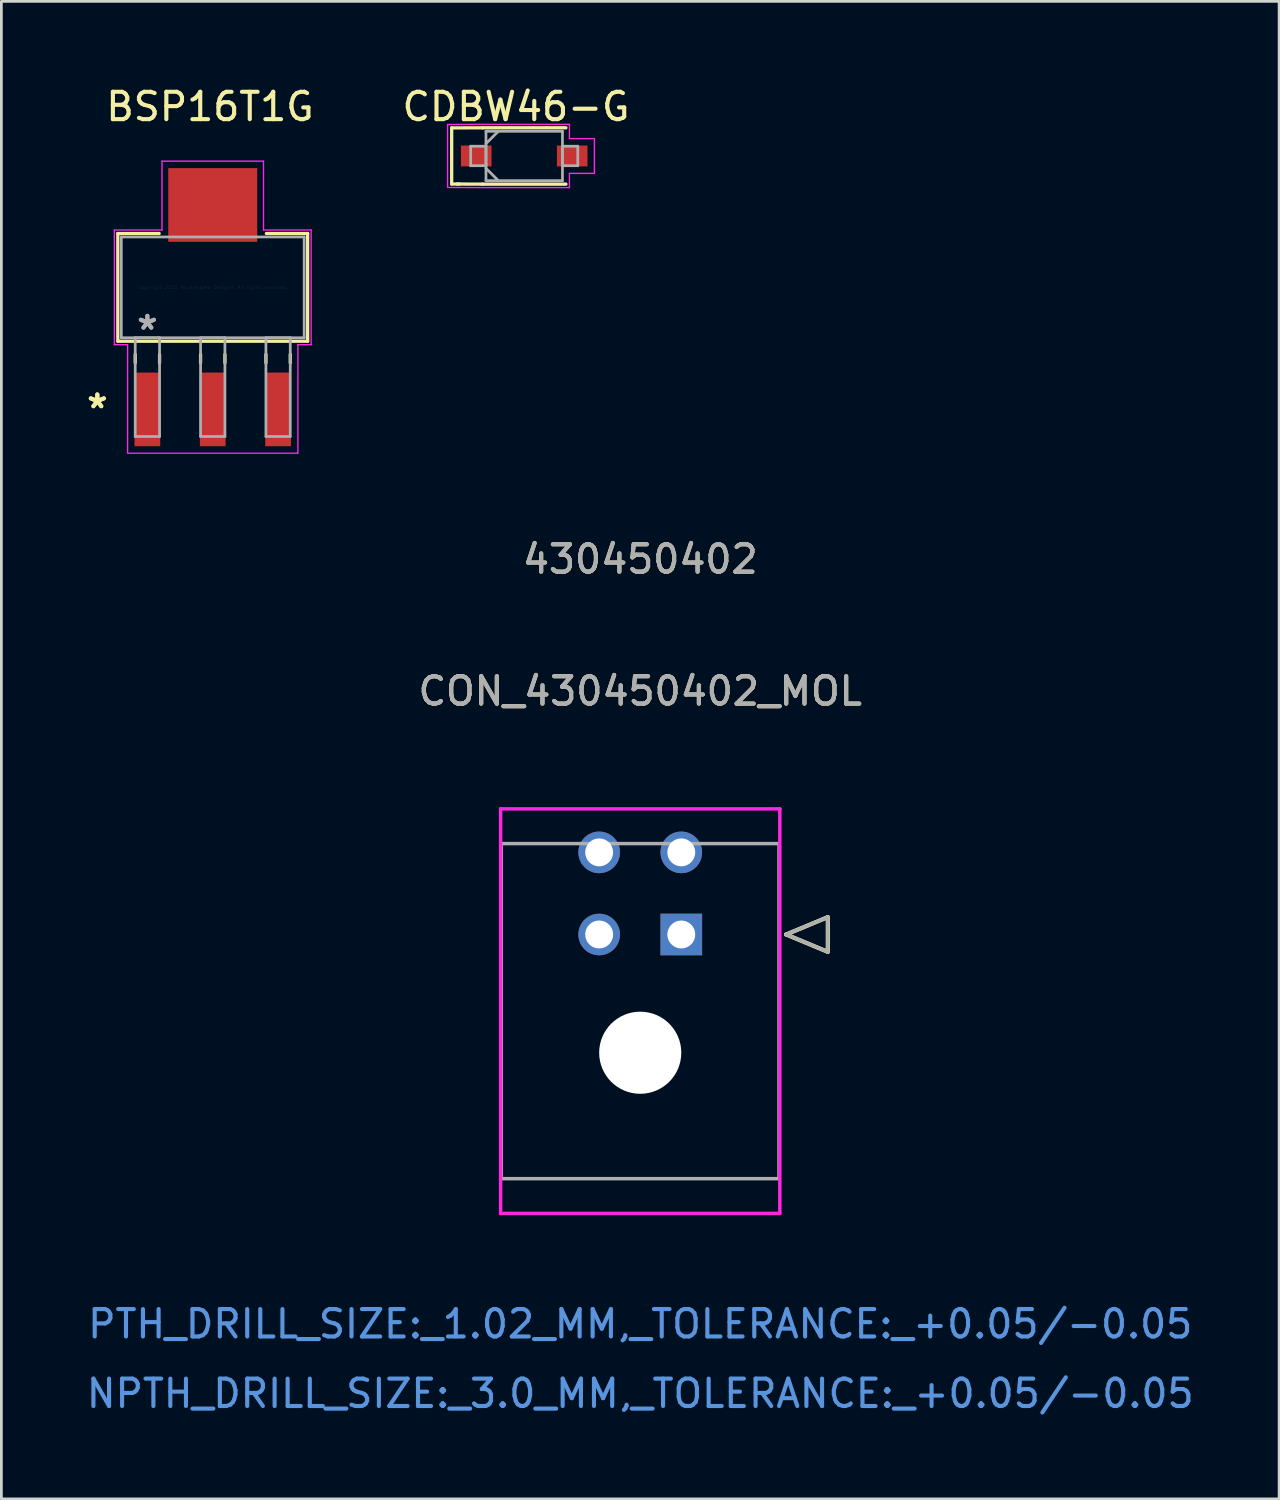
<source format=kicad_pcb>
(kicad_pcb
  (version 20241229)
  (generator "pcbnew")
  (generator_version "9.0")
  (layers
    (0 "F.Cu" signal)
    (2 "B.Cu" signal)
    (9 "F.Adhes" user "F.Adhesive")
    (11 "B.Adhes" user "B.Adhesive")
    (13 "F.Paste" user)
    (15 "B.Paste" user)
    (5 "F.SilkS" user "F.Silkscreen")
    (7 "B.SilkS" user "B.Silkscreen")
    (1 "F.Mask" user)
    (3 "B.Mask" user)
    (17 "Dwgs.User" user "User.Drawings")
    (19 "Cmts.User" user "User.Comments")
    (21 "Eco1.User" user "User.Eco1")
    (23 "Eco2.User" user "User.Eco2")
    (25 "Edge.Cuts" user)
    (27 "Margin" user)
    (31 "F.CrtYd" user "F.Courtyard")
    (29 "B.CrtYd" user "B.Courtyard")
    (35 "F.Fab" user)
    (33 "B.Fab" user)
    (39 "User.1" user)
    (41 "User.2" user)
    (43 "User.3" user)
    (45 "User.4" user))
  (footprint "CON_430450402_MOL"
    (layer "F.Cu")
    (at 21.839 31.089)
    (property "Reference" "CON_430450402_MOL" (at -1.5 -8.89 0) (unlocked yes) (layer "F.SilkS") (effects (font (size 1 1) (thickness 0.15))))
    (attr through_hole)
    (fp_line (start -6.575 -3.32) (end -6.575 8.92) (stroke (width 0.1) (type solid)) (layer "F.SilkS"))
    (fp_line (start -6.575 8.92) (end 3.575 8.92) (stroke (width 0.1) (type solid)) (layer "F.SilkS"))
    (fp_line (start -4.032 -3.32) (end -6.575 -3.32) (stroke (width 0.1) (type solid)) (layer "F.SilkS"))
    (fp_line (start -1.032 -3.32) (end -1.968 -3.32) (stroke (width 0.1) (type solid)) (layer "F.SilkS"))
    (fp_line (start 3.575 -3.32) (end 1.032 -3.32) (stroke (width 0.1) (type solid)) (layer "F.SilkS"))
    (fp_line (start 3.575 8.92) (end 3.575 -3.32) (stroke (width 0.1) (type solid)) (layer "F.SilkS"))
    (fp_line (start 3.829 0) (end 5.353 -0.635) (stroke (width 0.152) (type solid)) (layer "F.SilkS"))
    (fp_line (start 5.353 -0.635) (end 5.353 0.635) (stroke (width 0.152) (type solid)) (layer "F.SilkS"))
    (fp_line (start 5.353 0.635) (end 3.829 0) (stroke (width 0.152) (type solid)) (layer "F.SilkS"))
    (fp_line (start -6.6 -4.59) (end -6.6 10.19) (stroke (width 0.127) (type solid)) (layer "F.CrtYd"))
    (fp_line (start -6.6 10.19) (end 3.6 10.19) (stroke (width 0.127) (type solid)) (layer "F.CrtYd"))
    (fp_line (start 3.6 -4.59) (end -6.6 -4.59) (stroke (width 0.127) (type solid)) (layer "F.CrtYd"))
    (fp_line (start 3.6 10.19) (end 3.6 -4.59) (stroke (width 0.127) (type solid)) (layer "F.CrtYd"))
    (fp_line (start -6.575 -3.32) (end -6.575 8.92) (stroke (width 0.127) (type solid)) (layer "F.Fab"))
    (fp_line (start -6.575 8.92) (end 3.575 8.92) (stroke (width 0.127) (type solid)) (layer "F.Fab"))
    (fp_line (start 3.575 -3.32) (end -6.575 -3.32) (stroke (width 0.127) (type solid)) (layer "F.Fab"))
    (fp_line (start 3.575 8.92) (end 3.575 -3.32) (stroke (width 0.127) (type solid)) (layer "F.Fab"))
    (fp_line (start 3.829 0) (end 5.353 -0.635) (stroke (width 0.127) (type solid)) (layer "F.Fab"))
    (fp_line (start 5.353 -0.635) (end 5.353 0.635) (stroke (width 0.127) (type solid)) (layer "F.Fab"))
    (fp_line (start 5.353 0.635) (end 3.829 0) (stroke (width 0.127) (type solid)) (layer "F.Fab"))
    (fp_text user "430450402" (at -1.5 -13.71 0) (unlocked yes) (layer "F.SilkS") (effects (font (size 1 1) (thickness 0.15))))
    (fp_text user "PTH_DRILL_SIZE:_1.02_MM,_TOLERANCE:_+0.05/-0.05" (at -1.5 14.23 0) (unlocked yes) (layer "Cmts.User") (effects (font (size 1 1) (thickness 0.15))))
    (fp_text user "NPTH_DRILL_SIZE:_3.0_MM,_TOLERANCE:_+0.05/-0.05" (at -1.5 16.77 0) (unlocked yes) (layer "Cmts.User") (effects (font (size 1 1) (thickness 0.15))))
    (fp_text user "430450402" (at -1.5 -13.71 0) (unlocked yes) (layer "F.Fab") (effects (font (size 1 1) (thickness 0.15))))
    (fp_text user "${REFERENCE}" (at -1.5 -8.89 0) (unlocked yes) (layer "F.Fab") (effects (font (size 1 1) (thickness 0.15))))
    (pad "" np_thru_hole circle (at -1.5 4.32) (size 3 3) (drill 3) (layers "*.Cu" "*.Mask"))
    (pad "1" thru_hole rect (at 0 0) (size 1.52 1.52) (drill 1.02) (layers "*.Cu" "*.Mask"))
    (pad "2" thru_hole circle (at 0 -3) (size 1.52 1.52) (drill 1.02) (layers "*.Cu" "*.Mask"))
    (pad "3" thru_hole circle (at -3 -3) (size 1.52 1.52) (drill 1.02) (layers "*.Cu" "*.Mask"))
    (pad "4" thru_hole circle (at -3 0) (size 1.52 1.52) (drill 1.02) (layers "*.Cu" "*.Mask")))
  (footprint "CDBW46-G"
    (layer "F.Cu")
    (at 16.101 2.648)
    (property "Reference" "CDBW46-G" (at -0.3 -1.8 0) (layer "F.SilkS") (effects (font (size 1 1) (thickness 0.15))))
    (attr through_hole)
    (fp_line (start -2.65 -1.025) (end -2.65 1.025) (stroke (width 0.12) (type solid)) (layer "F.SilkS"))
    (fp_line (start -2.65 1.025) (end -2.375 1.025) (stroke (width 0.12) (type solid)) (layer "F.SilkS"))
    (fp_line (start -1.524 -1.029) (end -2.65 -1.025) (stroke (width 0.12) (type solid)) (layer "F.SilkS"))
    (fp_line (start -1.524 1.029) (end -2.45 1.025) (stroke (width 0.12) (type solid)) (layer "F.SilkS"))
    (fp_line (start -1.524 1.029) (end 1.524 1.029) (stroke (width 0.12) (type solid)) (layer "F.SilkS"))
    (fp_line (start 1.524 -1.029) (end -1.524 -1.029) (stroke (width 0.12) (type solid)) (layer "F.SilkS"))
    (fp_line (start -2.8 -1.15) (end -1.651 -1.156) (stroke (width 0.05) (type solid)) (layer "F.CrtYd"))
    (fp_line (start -2.8 -1.125) (end -2.8 -1.15) (stroke (width 0.05) (type solid)) (layer "F.CrtYd"))
    (fp_line (start -2.8 1.15) (end -2.8 -1.125) (stroke (width 0.05) (type solid)) (layer "F.CrtYd"))
    (fp_line (start -1.651 -1.156) (end 1.651 -1.156) (stroke (width 0.05) (type solid)) (layer "F.CrtYd"))
    (fp_line (start -1.651 1.156) (end -2.8 1.15) (stroke (width 0.05) (type solid)) (layer "F.CrtYd"))
    (fp_line (start 1.651 -1.156) (end 1.651 -0.635) (stroke (width 0.05) (type solid)) (layer "F.CrtYd"))
    (fp_line (start 1.651 -0.635) (end 2.565 -0.635) (stroke (width 0.05) (type solid)) (layer "F.CrtYd"))
    (fp_line (start 1.651 0.635) (end 1.651 1.156) (stroke (width 0.05) (type solid)) (layer "F.CrtYd"))
    (fp_line (start 1.651 1.156) (end -1.651 1.156) (stroke (width 0.05) (type solid)) (layer "F.CrtYd"))
    (fp_line (start 2.565 -0.635) (end 2.565 0.635) (stroke (width 0.05) (type solid)) (layer "F.CrtYd"))
    (fp_line (start 2.565 0.635) (end 1.651 0.635) (stroke (width 0.05) (type solid)) (layer "F.CrtYd"))
    (fp_line (start -1.956 -0.356) (end -1.956 0.356) (stroke (width 0.1) (type solid)) (layer "F.Fab"))
    (fp_line (start -1.956 0.356) (end -1.397 0.356) (stroke (width 0.1) (type solid)) (layer "F.Fab"))
    (fp_line (start -1.397 -0.902) (end -1.397 0.902) (stroke (width 0.1) (type solid)) (layer "F.Fab"))
    (fp_line (start -1.397 -0.451) (end -0.946 -0.902) (stroke (width 0.1) (type solid)) (layer "F.Fab"))
    (fp_line (start -1.397 -0.356) (end -1.956 -0.356) (stroke (width 0.1) (type solid)) (layer "F.Fab"))
    (fp_line (start -1.397 0.356) (end -1.397 -0.356) (stroke (width 0.1) (type solid)) (layer "F.Fab"))
    (fp_line (start -1.397 0.451) (end -0.946 0.902) (stroke (width 0.1) (type solid)) (layer "F.Fab"))
    (fp_line (start -1.397 0.902) (end 1.397 0.902) (stroke (width 0.1) (type solid)) (layer "F.Fab"))
    (fp_line (start 1.397 -0.902) (end -1.397 -0.902) (stroke (width 0.1) (type solid)) (layer "F.Fab"))
    (fp_line (start 1.397 -0.356) (end 1.397 0.356) (stroke (width 0.1) (type solid)) (layer "F.Fab"))
    (fp_line (start 1.397 0.356) (end 1.956 0.356) (stroke (width 0.1) (type solid)) (layer "F.Fab"))
    (fp_line (start 1.397 0.902) (end 1.397 -0.902) (stroke (width 0.1) (type solid)) (layer "F.Fab"))
    (fp_line (start 1.956 -0.356) (end 1.397 -0.356) (stroke (width 0.1) (type solid)) (layer "F.Fab"))
    (fp_line (start 1.956 0.356) (end 1.956 -0.356) (stroke (width 0.1) (type solid)) (layer "F.Fab"))
    (pad "1" smd rect (at -1.753 0) (size 1.118 0.762) (layers "F.Cu" "F.Mask" "F.Paste"))
    (pad "2" smd rect (at 1.753 0) (size 1.118 0.762) (layers "F.Cu" "F.Mask" "F.Paste")))
  (footprint "BSP16T1G"
    (layer "F.Cu")
    (at 4.722 7.448)
    (property "Reference" "BSP16T1G" (at -0.1 -6.6 0) (layer "F.SilkS") (effects (font (size 1 1) (thickness 0.15))))
    (attr smd)
    (fp_line (start -3.467 -1.968) (end -3.467 1.968) (stroke (width 0.12) (type solid)) (layer "F.SilkS"))
    (fp_line (start -3.467 1.968) (end 3.467 1.968) (stroke (width 0.12) (type solid)) (layer "F.SilkS"))
    (fp_line (start -2.832 2.451) (end -2.832 2.756) (stroke (width 0.12) (type solid)) (layer "F.SilkS"))
    (fp_line (start -1.958 -1.968) (end -3.467 -1.968) (stroke (width 0.12) (type solid)) (layer "F.SilkS"))
    (fp_line (start -1.943 2.451) (end -1.943 2.756) (stroke (width 0.12) (type solid)) (layer "F.SilkS"))
    (fp_line (start -0.445 2.451) (end -0.445 2.756) (stroke (width 0.12) (type solid)) (layer "F.SilkS"))
    (fp_line (start 0.445 2.451) (end 0.445 2.756) (stroke (width 0.12) (type solid)) (layer "F.SilkS"))
    (fp_line (start 1.943 2.451) (end 1.943 2.756) (stroke (width 0.12) (type solid)) (layer "F.SilkS"))
    (fp_line (start 2.832 2.451) (end 2.832 2.756) (stroke (width 0.12) (type solid)) (layer "F.SilkS"))
    (fp_line (start 3.467 -1.968) (end 1.958 -1.968) (stroke (width 0.12) (type solid)) (layer "F.SilkS"))
    (fp_line (start 3.467 1.968) (end 3.467 -1.968) (stroke (width 0.12) (type solid)) (layer "F.SilkS"))
    (fp_line (start -3.594 -2.095) (end -1.854 -2.095) (stroke (width 0.05) (type solid)) (layer "F.CrtYd"))
    (fp_line (start -3.594 2.095) (end -3.594 -2.095) (stroke (width 0.05) (type solid)) (layer "F.CrtYd"))
    (fp_line (start -3.111 2.095) (end -3.594 2.095) (stroke (width 0.05) (type solid)) (layer "F.CrtYd"))
    (fp_line (start -3.111 6.058) (end -3.111 2.095) (stroke (width 0.05) (type solid)) (layer "F.CrtYd"))
    (fp_line (start -1.854 -4.61) (end 1.854 -4.61) (stroke (width 0.05) (type solid)) (layer "F.CrtYd"))
    (fp_line (start -1.854 -2.095) (end -1.854 -4.61) (stroke (width 0.05) (type solid)) (layer "F.CrtYd"))
    (fp_line (start 1.854 -4.61) (end 1.854 -2.095) (stroke (width 0.05) (type solid)) (layer "F.CrtYd"))
    (fp_line (start 1.854 -2.095) (end 3.594 -2.095) (stroke (width 0.05) (type solid)) (layer "F.CrtYd"))
    (fp_line (start 3.111 2.095) (end 3.111 6.058) (stroke (width 0.05) (type solid)) (layer "F.CrtYd"))
    (fp_line (start 3.111 6.058) (end -3.111 6.058) (stroke (width 0.05) (type solid)) (layer "F.CrtYd"))
    (fp_line (start 3.594 -2.095) (end 3.594 2.095) (stroke (width 0.05) (type solid)) (layer "F.CrtYd"))
    (fp_line (start 3.594 2.095) (end 3.111 2.095) (stroke (width 0.05) (type solid)) (layer "F.CrtYd"))
    (fp_line (start -3.34 -1.841) (end -3.34 1.841) (stroke (width 0.1) (type solid)) (layer "F.Fab"))
    (fp_line (start -3.34 1.841) (end 3.34 1.841) (stroke (width 0.1) (type solid)) (layer "F.Fab"))
    (fp_line (start -2.832 1.841) (end -2.832 5.448) (stroke (width 0.1) (type solid)) (layer "F.Fab"))
    (fp_line (start -2.832 5.448) (end -1.943 5.448) (stroke (width 0.1) (type solid)) (layer "F.Fab"))
    (fp_line (start -1.943 1.841) (end -2.832 1.841) (stroke (width 0.1) (type solid)) (layer "F.Fab"))
    (fp_line (start -1.943 5.448) (end -1.943 1.841) (stroke (width 0.1) (type solid)) (layer "F.Fab"))
    (fp_line (start -0.445 1.841) (end -0.445 5.448) (stroke (width 0.1) (type solid)) (layer "F.Fab"))
    (fp_line (start -0.445 5.448) (end 0.445 5.448) (stroke (width 0.1) (type solid)) (layer "F.Fab"))
    (fp_line (start 0.445 1.841) (end -0.445 1.841) (stroke (width 0.1) (type solid)) (layer "F.Fab"))
    (fp_line (start 0.445 5.448) (end 0.445 1.841) (stroke (width 0.1) (type solid)) (layer "F.Fab"))
    (fp_line (start 1.943 1.841) (end 1.943 5.448) (stroke (width 0.1) (type solid)) (layer "F.Fab"))
    (fp_line (start 1.943 5.448) (end 2.832 5.448) (stroke (width 0.1) (type solid)) (layer "F.Fab"))
    (fp_line (start 2.832 1.841) (end 1.943 1.841) (stroke (width 0.1) (type solid)) (layer "F.Fab"))
    (fp_line (start 2.832 5.448) (end 2.832 1.841) (stroke (width 0.1) (type solid)) (layer "F.Fab"))
    (fp_line (start 3.34 -1.841) (end -3.34 -1.841) (stroke (width 0.1) (type solid)) (layer "F.Fab"))
    (fp_line (start 3.34 1.841) (end 3.34 -1.841) (stroke (width 0.1) (type solid)) (layer "F.Fab"))
    (fp_text user "*" (at -4.216 4.458 0) (layer "F.SilkS") (effects (font (size 1 1) (thickness 0.15))))
    (fp_text user "*" (at -4.216 4.458 0) (layer "F.SilkS") (effects (font (size 1 1) (thickness 0.15))))
    (fp_text user "Copyright 2021 Accelerated Designs. All rights reserved." (at 0 0 0) (layer "Cmts.User") (effects (font (size 0.127 0.127) (thickness 0.002))))
    (fp_text user "*" (at -2.388 1.587 0) (layer "F.Fab") (effects (font (size 1 1) (thickness 0.15))))
    (fp_text user "*" (at -2.388 1.587 0) (layer "F.Fab") (effects (font (size 1 1) (thickness 0.15))))
    (pad "1" smd rect (at -2.388 4.458) (size 0.94 2.692) (layers "F.Cu" "F.Mask" "F.Paste"))
    (pad "2" smd rect (at 0 4.458) (size 0.94 2.692) (layers "F.Cu" "F.Mask" "F.Paste"))
    (pad "3" smd rect (at 2.388 4.458) (size 0.94 2.692) (layers "F.Cu" "F.Mask" "F.Paste"))
    (pad "4" smd rect (at 0 -3.01) (size 3.251 2.692) (layers "F.Cu" "F.Mask" "F.Paste")))
  (gr_rect
    (start -3 -3)
    (end 43.679 51.708)
    (stroke (width 0.1) (type default))
    (fill no)
    (layer "Edge.Cuts")))
</source>
